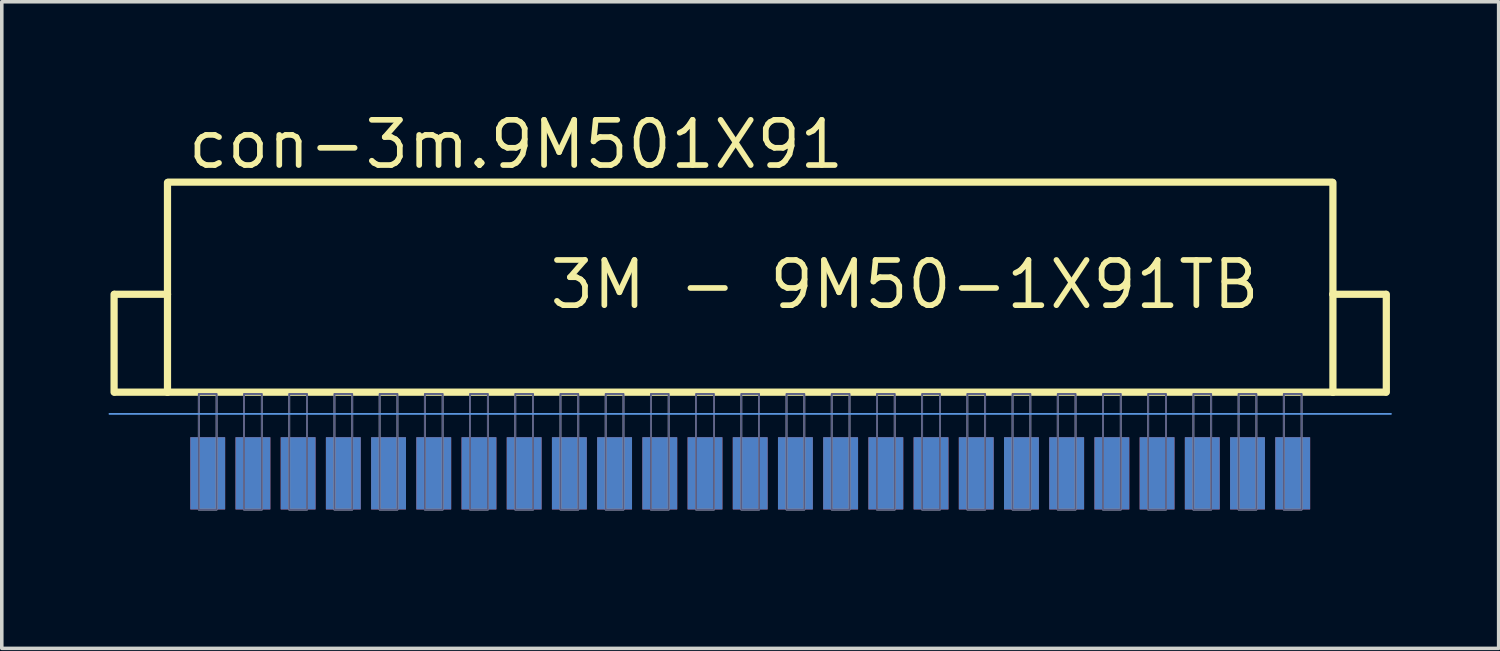
<source format=kicad_pcb>
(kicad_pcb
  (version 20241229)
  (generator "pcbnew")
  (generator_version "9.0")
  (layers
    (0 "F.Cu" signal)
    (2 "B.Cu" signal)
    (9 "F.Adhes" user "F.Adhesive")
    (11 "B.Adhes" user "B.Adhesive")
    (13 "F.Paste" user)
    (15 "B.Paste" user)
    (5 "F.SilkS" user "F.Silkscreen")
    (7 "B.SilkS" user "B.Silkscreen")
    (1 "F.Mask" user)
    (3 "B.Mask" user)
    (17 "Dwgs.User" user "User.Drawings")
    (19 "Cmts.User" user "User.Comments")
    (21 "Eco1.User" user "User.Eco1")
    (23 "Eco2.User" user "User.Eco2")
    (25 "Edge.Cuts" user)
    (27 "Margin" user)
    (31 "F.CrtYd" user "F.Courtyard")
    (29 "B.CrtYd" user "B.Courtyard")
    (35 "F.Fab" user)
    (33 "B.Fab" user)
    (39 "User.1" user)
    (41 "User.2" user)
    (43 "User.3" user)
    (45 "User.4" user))
  (footprint "con-3m.9M501X91"
    (layer "F.Cu")
    (at 18.025 6.957)
    (property "Reference" "con-3m.9M501X91" (at -15.875 -5.207 0) (layer "F.SilkS") (effects (font (size 1.27 1.27) (thickness 0.16)) (justify left bottom)))
    (attr smd)
    (fp_line (start -15.24 5.08) (end 15.24 5.08) (stroke (width 0.254) (type default)) (layer "F.Mask"))
    (fp_rect (start -15.723 4.978) (end -14.757 2.286) (stroke (width 0.05) (type default)) (fill yes) (layer "F.Mask"))
    (fp_rect (start -14.453 4.978) (end -13.487 2.286) (stroke (width 0.05) (type default)) (fill yes) (layer "F.Mask"))
    (fp_rect (start -13.183 4.978) (end -12.217 2.286) (stroke (width 0.05) (type default)) (fill yes) (layer "F.Mask"))
    (fp_rect (start -11.913 4.978) (end -10.947 2.286) (stroke (width 0.05) (type default)) (fill yes) (layer "F.Mask"))
    (fp_rect (start -10.643 4.978) (end -9.677 2.286) (stroke (width 0.05) (type default)) (fill yes) (layer "F.Mask"))
    (fp_rect (start -9.373 4.978) (end -8.407 2.286) (stroke (width 0.05) (type default)) (fill yes) (layer "F.Mask"))
    (fp_rect (start -8.103 4.978) (end -7.137 2.286) (stroke (width 0.05) (type default)) (fill yes) (layer "F.Mask"))
    (fp_rect (start -6.833 4.978) (end -5.867 2.286) (stroke (width 0.05) (type default)) (fill yes) (layer "F.Mask"))
    (fp_rect (start -5.563 4.978) (end -4.597 2.286) (stroke (width 0.05) (type default)) (fill yes) (layer "F.Mask"))
    (fp_rect (start -4.293 4.978) (end -3.327 2.286) (stroke (width 0.05) (type default)) (fill yes) (layer "F.Mask"))
    (fp_rect (start -3.023 4.978) (end -2.057 2.286) (stroke (width 0.05) (type default)) (fill yes) (layer "F.Mask"))
    (fp_rect (start -1.753 4.978) (end -0.787 2.286) (stroke (width 0.05) (type default)) (fill yes) (layer "F.Mask"))
    (fp_rect (start -0.483 4.978) (end 0.483 2.286) (stroke (width 0.05) (type default)) (fill yes) (layer "F.Mask"))
    (fp_rect (start 0.787 4.978) (end 1.753 2.286) (stroke (width 0.05) (type default)) (fill yes) (layer "F.Mask"))
    (fp_rect (start 2.057 4.978) (end 3.023 2.286) (stroke (width 0.05) (type default)) (fill yes) (layer "F.Mask"))
    (fp_rect (start 3.327 4.978) (end 4.293 2.286) (stroke (width 0.05) (type default)) (fill yes) (layer "F.Mask"))
    (fp_rect (start 4.597 4.978) (end 5.563 2.286) (stroke (width 0.05) (type default)) (fill yes) (layer "F.Mask"))
    (fp_rect (start 5.867 4.978) (end 6.833 2.286) (stroke (width 0.05) (type default)) (fill yes) (layer "F.Mask"))
    (fp_rect (start 7.137 4.978) (end 8.103 2.286) (stroke (width 0.05) (type default)) (fill yes) (layer "F.Mask"))
    (fp_rect (start 8.407 4.978) (end 9.373 2.286) (stroke (width 0.05) (type default)) (fill yes) (layer "F.Mask"))
    (fp_rect (start 9.677 4.978) (end 10.643 2.286) (stroke (width 0.05) (type default)) (fill yes) (layer "F.Mask"))
    (fp_rect (start 10.947 4.978) (end 11.913 2.286) (stroke (width 0.05) (type default)) (fill yes) (layer "F.Mask"))
    (fp_rect (start 12.217 4.978) (end 13.183 2.286) (stroke (width 0.05) (type default)) (fill yes) (layer "F.Mask"))
    (fp_rect (start 13.487 4.978) (end 14.453 2.286) (stroke (width 0.05) (type default)) (fill yes) (layer "F.Mask"))
    (fp_rect (start 14.757 4.978) (end 15.723 2.286) (stroke (width 0.05) (type default)) (fill yes) (layer "F.Mask"))
    (fp_line (start -15.24 5.08) (end 15.24 5.08) (stroke (width 0.254) (type default)) (layer "B.Mask"))
    (fp_rect (start -15.723 4.978) (end -14.757 2.286) (stroke (width 0.05) (type default)) (fill yes) (layer "B.Mask"))
    (fp_rect (start -14.453 4.978) (end -13.487 2.286) (stroke (width 0.05) (type default)) (fill yes) (layer "B.Mask"))
    (fp_rect (start -13.183 4.978) (end -12.217 2.286) (stroke (width 0.05) (type default)) (fill yes) (layer "B.Mask"))
    (fp_rect (start -11.913 4.978) (end -10.947 2.286) (stroke (width 0.05) (type default)) (fill yes) (layer "B.Mask"))
    (fp_rect (start -10.643 4.978) (end -9.677 2.286) (stroke (width 0.05) (type default)) (fill yes) (layer "B.Mask"))
    (fp_rect (start -9.373 4.978) (end -8.407 2.286) (stroke (width 0.05) (type default)) (fill yes) (layer "B.Mask"))
    (fp_rect (start -8.103 4.978) (end -7.137 2.286) (stroke (width 0.05) (type default)) (fill yes) (layer "B.Mask"))
    (fp_rect (start -6.833 4.978) (end -5.867 2.286) (stroke (width 0.05) (type default)) (fill yes) (layer "B.Mask"))
    (fp_rect (start -5.563 4.978) (end -4.597 2.286) (stroke (width 0.05) (type default)) (fill yes) (layer "B.Mask"))
    (fp_rect (start -4.293 4.978) (end -3.327 2.286) (stroke (width 0.05) (type default)) (fill yes) (layer "B.Mask"))
    (fp_rect (start -3.023 4.978) (end -2.057 2.286) (stroke (width 0.05) (type default)) (fill yes) (layer "B.Mask"))
    (fp_rect (start -1.753 4.978) (end -0.787 2.286) (stroke (width 0.05) (type default)) (fill yes) (layer "B.Mask"))
    (fp_rect (start -0.483 4.978) (end 0.483 2.286) (stroke (width 0.05) (type default)) (fill yes) (layer "B.Mask"))
    (fp_rect (start 0.787 4.978) (end 1.753 2.286) (stroke (width 0.05) (type default)) (fill yes) (layer "B.Mask"))
    (fp_rect (start 2.057 4.978) (end 3.023 2.286) (stroke (width 0.05) (type default)) (fill yes) (layer "B.Mask"))
    (fp_rect (start 3.327 4.978) (end 4.293 2.286) (stroke (width 0.05) (type default)) (fill yes) (layer "B.Mask"))
    (fp_rect (start 4.597 4.978) (end 5.563 2.286) (stroke (width 0.05) (type default)) (fill yes) (layer "B.Mask"))
    (fp_rect (start 5.867 4.978) (end 6.833 2.286) (stroke (width 0.05) (type default)) (fill yes) (layer "B.Mask"))
    (fp_rect (start 7.137 4.978) (end 8.103 2.286) (stroke (width 0.05) (type default)) (fill yes) (layer "B.Mask"))
    (fp_rect (start 8.407 4.978) (end 9.373 2.286) (stroke (width 0.05) (type default)) (fill yes) (layer "B.Mask"))
    (fp_rect (start 9.677 4.978) (end 10.643 2.286) (stroke (width 0.05) (type default)) (fill yes) (layer "B.Mask"))
    (fp_rect (start 10.947 4.978) (end 11.913 2.286) (stroke (width 0.05) (type default)) (fill yes) (layer "B.Mask"))
    (fp_rect (start 12.217 4.978) (end 13.183 2.286) (stroke (width 0.05) (type default)) (fill yes) (layer "B.Mask"))
    (fp_rect (start 13.487 4.978) (end 14.453 2.286) (stroke (width 0.05) (type default)) (fill yes) (layer "B.Mask"))
    (fp_rect (start 14.757 4.978) (end 15.723 2.286) (stroke (width 0.05) (type default)) (fill yes) (layer "B.Mask"))
    (fp_line (start -17.87 -1.74) (end -17.87 1.01) (stroke (width 0.203) (type default)) (layer "F.SilkS"))
    (fp_line (start -17.85 -1.74) (end -16.37 -1.74) (stroke (width 0.203) (type default)) (layer "F.SilkS"))
    (fp_line (start -17.85 1.01) (end -16.37 1.01) (stroke (width 0.203) (type default)) (layer "F.SilkS"))
    (fp_line (start -16.37 -1.74) (end -16.37 -4.88) (stroke (width 0.203) (type default)) (layer "F.SilkS"))
    (fp_line (start -16.37 1.01) (end -16.37 -1.74) (stroke (width 0.203) (type default)) (layer "F.SilkS"))
    (fp_line (start -16.37 1.01) (end 16.37 1.01) (stroke (width 0.203) (type default)) (layer "F.SilkS"))
    (fp_line (start -16.35 -4.89) (end 16.35 -4.89) (stroke (width 0.203) (type default)) (layer "F.SilkS"))
    (fp_line (start 16.37 -1.74) (end 16.37 -4.88) (stroke (width 0.203) (type default)) (layer "F.SilkS"))
    (fp_line (start 16.37 -1.74) (end 17.85 -1.74) (stroke (width 0.203) (type default)) (layer "F.SilkS"))
    (fp_line (start 16.37 1.01) (end 16.37 -1.74) (stroke (width 0.203) (type default)) (layer "F.SilkS"))
    (fp_line (start 16.37 1.01) (end 17.85 1.01) (stroke (width 0.203) (type default)) (layer "F.SilkS"))
    (fp_line (start 17.87 1.01) (end 17.87 -1.74) (stroke (width 0.203) (type default)) (layer "F.SilkS"))
    (fp_line (start -18 1.62) (end 18 1.62) (stroke (width 0.051) (type default)) (layer "Cmts.User"))
    (fp_rect (start -15.49 4.31) (end -14.99 1.06) (stroke (width 0.05) (type default)) (fill no) (layer "B.Fab"))
    (fp_rect (start -14.22 4.31) (end -13.72 1.06) (stroke (width 0.05) (type default)) (fill no) (layer "B.Fab"))
    (fp_rect (start -12.95 4.31) (end -12.45 1.06) (stroke (width 0.05) (type default)) (fill no) (layer "B.Fab"))
    (fp_rect (start -11.68 4.31) (end -11.18 1.06) (stroke (width 0.05) (type default)) (fill no) (layer "B.Fab"))
    (fp_rect (start -10.41 4.31) (end -9.91 1.06) (stroke (width 0.05) (type default)) (fill no) (layer "B.Fab"))
    (fp_rect (start -9.14 4.31) (end -8.64 1.06) (stroke (width 0.05) (type default)) (fill no) (layer "B.Fab"))
    (fp_rect (start -7.87 4.31) (end -7.37 1.06) (stroke (width 0.05) (type default)) (fill no) (layer "B.Fab"))
    (fp_rect (start -6.6 4.31) (end -6.1 1.06) (stroke (width 0.05) (type default)) (fill no) (layer "B.Fab"))
    (fp_rect (start -5.33 4.31) (end -4.83 1.06) (stroke (width 0.05) (type default)) (fill no) (layer "B.Fab"))
    (fp_rect (start -4.06 4.31) (end -3.56 1.06) (stroke (width 0.05) (type default)) (fill no) (layer "B.Fab"))
    (fp_rect (start -2.79 4.31) (end -2.29 1.06) (stroke (width 0.05) (type default)) (fill no) (layer "B.Fab"))
    (fp_rect (start -1.52 4.31) (end -1.02 1.06) (stroke (width 0.05) (type default)) (fill no) (layer "B.Fab"))
    (fp_rect (start -0.25 4.31) (end 0.25 1.06) (stroke (width 0.05) (type default)) (fill no) (layer "B.Fab"))
    (fp_rect (start 1.02 4.31) (end 1.52 1.06) (stroke (width 0.05) (type default)) (fill no) (layer "B.Fab"))
    (fp_rect (start 2.29 4.31) (end 2.79 1.06) (stroke (width 0.05) (type default)) (fill no) (layer "B.Fab"))
    (fp_rect (start 3.56 4.31) (end 4.06 1.06) (stroke (width 0.05) (type default)) (fill no) (layer "B.Fab"))
    (fp_rect (start 4.83 4.31) (end 5.33 1.06) (stroke (width 0.05) (type default)) (fill no) (layer "B.Fab"))
    (fp_rect (start 6.1 4.31) (end 6.6 1.06) (stroke (width 0.05) (type default)) (fill no) (layer "B.Fab"))
    (fp_rect (start 7.37 4.31) (end 7.87 1.06) (stroke (width 0.05) (type default)) (fill no) (layer "B.Fab"))
    (fp_rect (start 8.64 4.31) (end 9.14 1.06) (stroke (width 0.05) (type default)) (fill no) (layer "B.Fab"))
    (fp_rect (start 9.91 4.31) (end 10.41 1.06) (stroke (width 0.05) (type default)) (fill no) (layer "B.Fab"))
    (fp_rect (start 11.18 4.31) (end 11.68 1.06) (stroke (width 0.05) (type default)) (fill no) (layer "B.Fab"))
    (fp_rect (start 12.45 4.31) (end 12.95 1.06) (stroke (width 0.05) (type default)) (fill no) (layer "B.Fab"))
    (fp_rect (start 13.72 4.31) (end 14.22 1.06) (stroke (width 0.05) (type default)) (fill no) (layer "B.Fab"))
    (fp_rect (start 14.99 4.31) (end 15.49 1.06) (stroke (width 0.05) (type default)) (fill no) (layer "B.Fab"))
    (fp_rect (start -15.49 4.31) (end -14.99 1.06) (stroke (width 0.05) (type default)) (fill no) (layer "F.Fab"))
    (fp_rect (start -14.22 4.31) (end -13.72 1.06) (stroke (width 0.05) (type default)) (fill no) (layer "F.Fab"))
    (fp_rect (start -12.95 4.31) (end -12.45 1.06) (stroke (width 0.05) (type default)) (fill no) (layer "F.Fab"))
    (fp_rect (start -11.68 4.31) (end -11.18 1.06) (stroke (width 0.05) (type default)) (fill no) (layer "F.Fab"))
    (fp_rect (start -10.41 4.31) (end -9.91 1.06) (stroke (width 0.05) (type default)) (fill no) (layer "F.Fab"))
    (fp_rect (start -9.14 4.31) (end -8.64 1.06) (stroke (width 0.05) (type default)) (fill no) (layer "F.Fab"))
    (fp_rect (start -7.87 4.31) (end -7.37 1.06) (stroke (width 0.05) (type default)) (fill no) (layer "F.Fab"))
    (fp_rect (start -6.6 4.31) (end -6.1 1.06) (stroke (width 0.05) (type default)) (fill no) (layer "F.Fab"))
    (fp_rect (start -5.33 4.31) (end -4.83 1.06) (stroke (width 0.05) (type default)) (fill no) (layer "F.Fab"))
    (fp_rect (start -4.06 4.31) (end -3.56 1.06) (stroke (width 0.05) (type default)) (fill no) (layer "F.Fab"))
    (fp_rect (start -2.79 4.31) (end -2.29 1.06) (stroke (width 0.05) (type default)) (fill no) (layer "F.Fab"))
    (fp_rect (start -1.52 4.31) (end -1.02 1.06) (stroke (width 0.05) (type default)) (fill no) (layer "F.Fab"))
    (fp_rect (start -0.25 4.31) (end 0.25 1.06) (stroke (width 0.05) (type default)) (fill no) (layer "F.Fab"))
    (fp_rect (start 1.02 4.31) (end 1.52 1.06) (stroke (width 0.05) (type default)) (fill no) (layer "F.Fab"))
    (fp_rect (start 2.29 4.31) (end 2.79 1.06) (stroke (width 0.05) (type default)) (fill no) (layer "F.Fab"))
    (fp_rect (start 3.56 4.31) (end 4.06 1.06) (stroke (width 0.05) (type default)) (fill no) (layer "F.Fab"))
    (fp_rect (start 4.83 4.31) (end 5.33 1.06) (stroke (width 0.05) (type default)) (fill no) (layer "F.Fab"))
    (fp_rect (start 6.1 4.31) (end 6.6 1.06) (stroke (width 0.05) (type default)) (fill no) (layer "F.Fab"))
    (fp_rect (start 7.37 4.31) (end 7.87 1.06) (stroke (width 0.05) (type default)) (fill no) (layer "F.Fab"))
    (fp_rect (start 8.64 4.31) (end 9.14 1.06) (stroke (width 0.05) (type default)) (fill no) (layer "F.Fab"))
    (fp_rect (start 9.91 4.31) (end 10.41 1.06) (stroke (width 0.05) (type default)) (fill no) (layer "F.Fab"))
    (fp_rect (start 11.18 4.31) (end 11.68 1.06) (stroke (width 0.05) (type default)) (fill no) (layer "F.Fab"))
    (fp_rect (start 12.45 4.31) (end 12.95 1.06) (stroke (width 0.05) (type default)) (fill no) (layer "F.Fab"))
    (fp_rect (start 13.72 4.31) (end 14.22 1.06) (stroke (width 0.05) (type default)) (fill no) (layer "F.Fab"))
    (fp_rect (start 14.99 4.31) (end 15.49 1.06) (stroke (width 0.05) (type default)) (fill no) (layer "F.Fab"))
    (fp_text user "3M - 9M50-1X91TB" (at -5.715 -1.27 0) (layer "F.SilkS") (effects (font (size 1.27 1.27) (thickness 0.16)) (justify left bottom)))
    (pad "1" smd roundrect (at -15.24 3.29) (size 0.98 2.03) (layers "F.Cu" "F.Mask" "F.Paste") (roundrect_rratio 0.01))
    (pad "2" smd roundrect (at -13.97 3.29) (size 0.98 2.03) (layers "F.Cu" "F.Mask" "F.Paste") (roundrect_rratio 0.01))
    (pad "3" smd roundrect (at -12.7 3.29) (size 0.98 2.03) (layers "F.Cu" "F.Mask" "F.Paste") (roundrect_rratio 0.01))
    (pad "4" smd roundrect (at -11.43 3.29) (size 0.98 2.03) (layers "F.Cu" "F.Mask" "F.Paste") (roundrect_rratio 0.01))
    (pad "5" smd roundrect (at -10.16 3.29) (size 0.98 2.03) (layers "F.Cu" "F.Mask" "F.Paste") (roundrect_rratio 0.01))
    (pad "6" smd roundrect (at -8.89 3.29) (size 0.98 2.03) (layers "F.Cu" "F.Mask" "F.Paste") (roundrect_rratio 0.01))
    (pad "7" smd roundrect (at -7.62 3.29) (size 0.98 2.03) (layers "F.Cu" "F.Mask" "F.Paste") (roundrect_rratio 0.01))
    (pad "8" smd roundrect (at -6.35 3.29) (size 0.98 2.03) (layers "F.Cu" "F.Mask" "F.Paste") (roundrect_rratio 0.01))
    (pad "9" smd roundrect (at -5.08 3.29) (size 0.98 2.03) (layers "F.Cu" "F.Mask" "F.Paste") (roundrect_rratio 0.01))
    (pad "10" smd roundrect (at -3.81 3.29) (size 0.98 2.03) (layers "F.Cu" "F.Mask" "F.Paste") (roundrect_rratio 0.01))
    (pad "11" smd roundrect (at -2.54 3.29) (size 0.98 2.03) (layers "F.Cu" "F.Mask" "F.Paste") (roundrect_rratio 0.01))
    (pad "12" smd roundrect (at -1.27 3.29) (size 0.98 2.03) (layers "F.Cu" "F.Mask" "F.Paste") (roundrect_rratio 0.01))
    (pad "13" smd roundrect (at 0 3.29) (size 0.98 2.03) (layers "F.Cu" "F.Mask" "F.Paste") (roundrect_rratio 0.01))
    (pad "14" smd roundrect (at 1.27 3.29) (size 0.98 2.03) (layers "F.Cu" "F.Mask" "F.Paste") (roundrect_rratio 0.01))
    (pad "15" smd roundrect (at 2.54 3.29) (size 0.98 2.03) (layers "F.Cu" "F.Mask" "F.Paste") (roundrect_rratio 0.01))
    (pad "16" smd roundrect (at 3.81 3.29) (size 0.98 2.03) (layers "F.Cu" "F.Mask" "F.Paste") (roundrect_rratio 0.01))
    (pad "17" smd roundrect (at 5.08 3.29) (size 0.98 2.03) (layers "F.Cu" "F.Mask" "F.Paste") (roundrect_rratio 0.01))
    (pad "18" smd roundrect (at 6.35 3.29) (size 0.98 2.03) (layers "F.Cu" "F.Mask" "F.Paste") (roundrect_rratio 0.01))
    (pad "19" smd roundrect (at 7.62 3.29) (size 0.98 2.03) (layers "F.Cu" "F.Mask" "F.Paste") (roundrect_rratio 0.01))
    (pad "20" smd roundrect (at 8.89 3.29) (size 0.98 2.03) (layers "F.Cu" "F.Mask" "F.Paste") (roundrect_rratio 0.01))
    (pad "21" smd roundrect (at 10.16 3.29) (size 0.98 2.03) (layers "F.Cu" "F.Mask" "F.Paste") (roundrect_rratio 0.01))
    (pad "22" smd roundrect (at 11.43 3.29) (size 0.98 2.03) (layers "F.Cu" "F.Mask" "F.Paste") (roundrect_rratio 0.01))
    (pad "23" smd roundrect (at 12.7 3.29) (size 0.98 2.03) (layers "F.Cu" "F.Mask" "F.Paste") (roundrect_rratio 0.01))
    (pad "24" smd roundrect (at 13.97 3.29) (size 0.98 2.03) (layers "F.Cu" "F.Mask" "F.Paste") (roundrect_rratio 0.01))
    (pad "25" smd roundrect (at 15.24 3.29) (size 0.98 2.03) (layers "F.Cu" "F.Mask" "F.Paste") (roundrect_rratio 0.01))
    (pad "26" smd roundrect (at -15.24 3.29) (size 0.98 2.03) (layers "B.Cu" "B.Mask" "B.Paste") (roundrect_rratio 0.01))
    (pad "27" smd roundrect (at -13.97 3.29) (size 0.98 2.03) (layers "B.Cu" "B.Mask" "B.Paste") (roundrect_rratio 0.01))
    (pad "28" smd roundrect (at -12.7 3.29) (size 0.98 2.03) (layers "B.Cu" "B.Mask" "B.Paste") (roundrect_rratio 0.01))
    (pad "29" smd roundrect (at -11.43 3.29) (size 0.98 2.03) (layers "B.Cu" "B.Mask" "B.Paste") (roundrect_rratio 0.01))
    (pad "30" smd roundrect (at -10.16 3.29) (size 0.98 2.03) (layers "B.Cu" "B.Mask" "B.Paste") (roundrect_rratio 0.01))
    (pad "31" smd roundrect (at -8.89 3.29) (size 0.98 2.03) (layers "B.Cu" "B.Mask" "B.Paste") (roundrect_rratio 0.01))
    (pad "32" smd roundrect (at -7.62 3.29) (size 0.98 2.03) (layers "B.Cu" "B.Mask" "B.Paste") (roundrect_rratio 0.01))
    (pad "33" smd roundrect (at -6.35 3.29) (size 0.98 2.03) (layers "B.Cu" "B.Mask" "B.Paste") (roundrect_rratio 0.01))
    (pad "34" smd roundrect (at -5.08 3.29) (size 0.98 2.03) (layers "B.Cu" "B.Mask" "B.Paste") (roundrect_rratio 0.01))
    (pad "35" smd roundrect (at -3.81 3.29) (size 0.98 2.03) (layers "B.Cu" "B.Mask" "B.Paste") (roundrect_rratio 0.01))
    (pad "36" smd roundrect (at -2.54 3.29) (size 0.98 2.03) (layers "B.Cu" "B.Mask" "B.Paste") (roundrect_rratio 0.01))
    (pad "37" smd roundrect (at -1.27 3.29) (size 0.98 2.03) (layers "B.Cu" "B.Mask" "B.Paste") (roundrect_rratio 0.01))
    (pad "38" smd roundrect (at 0 3.29) (size 0.98 2.03) (layers "B.Cu" "B.Mask" "B.Paste") (roundrect_rratio 0.01))
    (pad "39" smd roundrect (at 1.27 3.29) (size 0.98 2.03) (layers "B.Cu" "B.Mask" "B.Paste") (roundrect_rratio 0.01))
    (pad "40" smd roundrect (at 2.54 3.29) (size 0.98 2.03) (layers "B.Cu" "B.Mask" "B.Paste") (roundrect_rratio 0.01))
    (pad "41" smd roundrect (at 3.81 3.29) (size 0.98 2.03) (layers "B.Cu" "B.Mask" "B.Paste") (roundrect_rratio 0.01))
    (pad "42" smd roundrect (at 5.08 3.29) (size 0.98 2.03) (layers "B.Cu" "B.Mask" "B.Paste") (roundrect_rratio 0.01))
    (pad "43" smd roundrect (at 6.35 3.29) (size 0.98 2.03) (layers "B.Cu" "B.Mask" "B.Paste") (roundrect_rratio 0.01))
    (pad "44" smd roundrect (at 7.62 3.29) (size 0.98 2.03) (layers "B.Cu" "B.Mask" "B.Paste") (roundrect_rratio 0.01))
    (pad "45" smd roundrect (at 8.89 3.29) (size 0.98 2.03) (layers "B.Cu" "B.Mask" "B.Paste") (roundrect_rratio 0.01))
    (pad "46" smd roundrect (at 10.16 3.29) (size 0.98 2.03) (layers "B.Cu" "B.Mask" "B.Paste") (roundrect_rratio 0.01))
    (pad "47" smd roundrect (at 11.43 3.29) (size 0.98 2.03) (layers "B.Cu" "B.Mask" "B.Paste") (roundrect_rratio 0.01))
    (pad "48" smd roundrect (at 12.7 3.29) (size 0.98 2.03) (layers "B.Cu" "B.Mask" "B.Paste") (roundrect_rratio 0.01))
    (pad "49" smd roundrect (at 13.97 3.29) (size 0.98 2.03) (layers "B.Cu" "B.Mask" "B.Paste") (roundrect_rratio 0.01))
    (pad "50" smd roundrect (at 15.24 3.29) (size 0.98 2.03) (layers "B.Cu" "B.Mask" "B.Paste") (roundrect_rratio 0.01)))
  (gr_rect
    (start -3 -3)
    (end 39.051 15.164)
    (stroke (width 0.1) (type default))
    (fill no)
    (layer "Edge.Cuts")))
</source>
